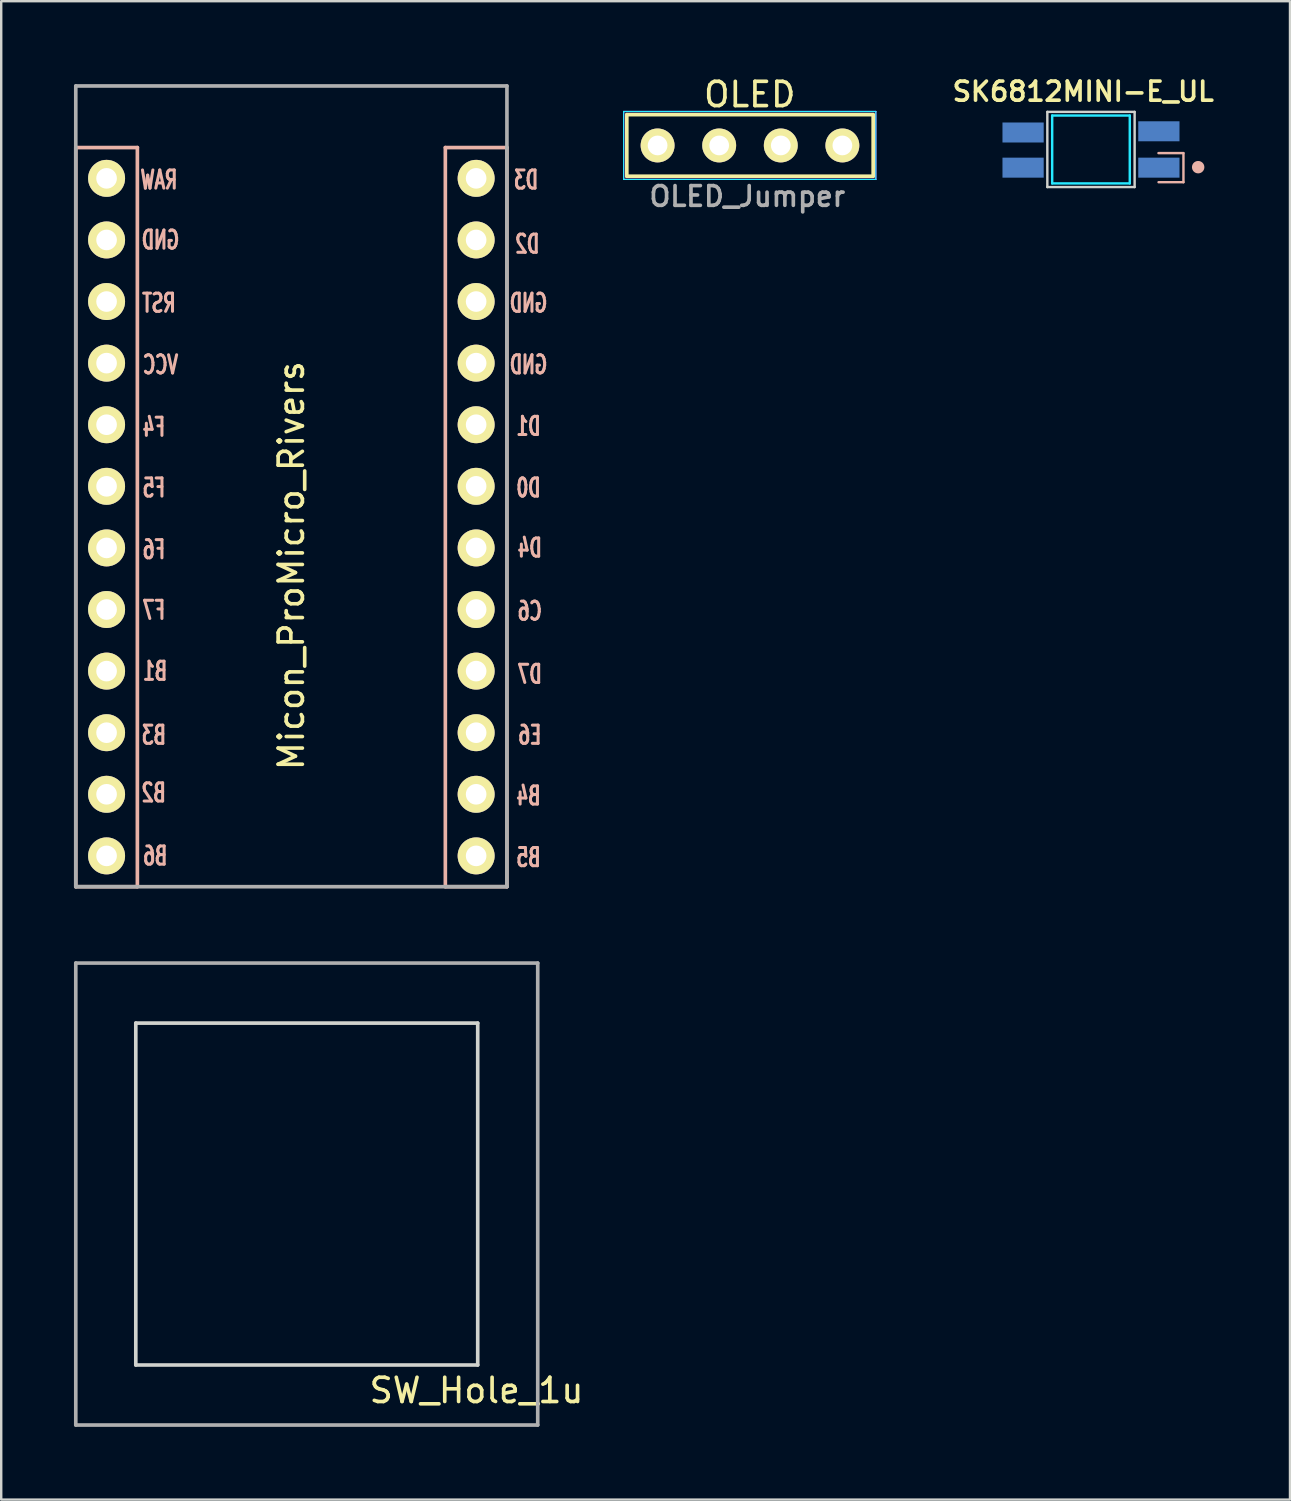
<source format=kicad_pcb>
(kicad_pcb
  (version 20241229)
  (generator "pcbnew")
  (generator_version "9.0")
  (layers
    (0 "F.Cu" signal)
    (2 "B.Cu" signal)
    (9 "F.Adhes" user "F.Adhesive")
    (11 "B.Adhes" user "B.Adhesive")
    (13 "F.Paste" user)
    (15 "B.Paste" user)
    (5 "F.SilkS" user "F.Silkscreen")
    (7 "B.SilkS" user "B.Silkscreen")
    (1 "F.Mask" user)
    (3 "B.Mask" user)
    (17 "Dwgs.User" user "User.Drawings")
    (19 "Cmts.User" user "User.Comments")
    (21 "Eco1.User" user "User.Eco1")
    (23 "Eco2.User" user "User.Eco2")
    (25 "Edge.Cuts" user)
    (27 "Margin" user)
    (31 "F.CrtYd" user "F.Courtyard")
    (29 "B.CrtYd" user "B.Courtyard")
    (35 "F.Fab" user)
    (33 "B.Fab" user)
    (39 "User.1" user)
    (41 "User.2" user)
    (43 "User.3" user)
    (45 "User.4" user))
  (footprint "SW_Hole_1u"
    (layer "F.Cu")
    (at 9.6 46.19)
    (property "Reference" "SW_Hole_1u" (at 7 8.1 0) (layer "F.SilkS") (effects (font (size 1 1) (thickness 0.15))))
    (attr through_hole)
    (fp_line (start -7.05 -7.05) (end 7.05 -7.05) (stroke (width 0.15) (type solid)) (layer "Edge.Cuts"))
    (fp_line (start -7.05 7.05) (end -7.05 -7.05) (stroke (width 0.15) (type solid)) (layer "Edge.Cuts"))
    (fp_line (start 7.05 -7.05) (end 7.05 7.05) (stroke (width 0.15) (type solid)) (layer "Edge.Cuts"))
    (fp_line (start 7.05 7.05) (end -7.05 7.05) (stroke (width 0.15) (type solid)) (layer "Edge.Cuts"))
    (fp_line (start -9.525 -9.525) (end -9.525 9.525) (stroke (width 0.15) (type solid)) (layer "F.Fab"))
    (fp_line (start -9.525 9.525) (end 9.525 9.525) (stroke (width 0.15) (type solid)) (layer "F.Fab"))
    (fp_line (start 9.525 -9.525) (end -9.525 -9.525) (stroke (width 0.15) (type solid)) (layer "F.Fab"))
    (fp_line (start 9.525 9.525) (end 9.525 -9.525) (stroke (width 0.15) (type solid)) (layer "F.Fab")))
  (footprint "SK6812MINI-E_UL"
    (layer "F.Cu")
    (at 41.94 3.114)
    (property "Reference" "SK6812MINI-E_UL" (at -0.32 -2.39 0) (layer "F.SilkS") (effects (font (size 0.787 0.787) (thickness 0.15))))
    (attr smd)
    (fp_line (start 2.787 1.35) (end 3.813 1.35) (stroke (width 0.1) (type solid)) (layer "B.SilkS"))
    (fp_line (start 3.81 0.15) (end 2.783 0.15) (stroke (width 0.1) (type solid)) (layer "B.SilkS"))
    (fp_line (start 3.813 1.35) (end 3.813 0.15) (stroke (width 0.1) (type solid)) (layer "B.SilkS"))
    (fp_circle (center 4.42 0.73) (end 4.626 0.73) (stroke (width 0.1) (type solid)) (fill yes) (layer "B.SilkS"))
    (fp_line (start -1.8 -1.55) (end -1.8 1.55) (stroke (width 0.1) (type solid)) (layer "Edge.Cuts"))
    (fp_line (start -1.8 -1.55) (end 1.8 -1.55) (stroke (width 0.1) (type solid)) (layer "Edge.Cuts"))
    (fp_line (start -1.8 1.55) (end 1.8 1.55) (stroke (width 0.1) (type solid)) (layer "Edge.Cuts"))
    (fp_line (start 1.8 -1.55) (end 1.8 1.55) (stroke (width 0.1) (type solid)) (layer "Edge.Cuts"))
    (fp_line (start -1.6 -1.4) (end -1.6 1.4) (stroke (width 0.1) (type solid)) (layer "B.CrtYd"))
    (fp_line (start -1.6 -1.4) (end 1.6 -1.4) (stroke (width 0.1) (type solid)) (layer "B.CrtYd"))
    (fp_line (start -1.6 1.4) (end 1.6 1.4) (stroke (width 0.1) (type solid)) (layer "B.CrtYd"))
    (fp_line (start 1.6 -1.4) (end 1.6 1.4) (stroke (width 0.1) (type solid)) (layer "B.CrtYd"))
    (pad "1" smd rect (at -2.8 -0.7) (size 1.7 0.825) (layers "B.Cu" "B.Mask" "B.Paste"))
    (pad "2" smd rect (at -2.8 0.75) (size 1.7 0.825) (layers "B.Cu" "B.Mask" "B.Paste"))
    (pad "3" smd rect (at 2.8 0.75) (size 1.7 0.825) (layers "B.Cu" "B.Mask" "B.Paste"))
    (pad "4" smd rect (at 2.8 -0.75) (size 1.7 0.825) (layers "B.Cu" "B.Mask" "B.Paste")))
  (footprint "OLED_Jumper"
    (layer "F.Cu")
    (at 24.068 2.948)
    (property "Reference" "OLED_Jumper" (at 3.7 2.1 180) (layer "F.Fab") (effects (font (size 0.813 0.813) (thickness 0.15))))
    (attr through_hole)
    (fp_line (start -1.27 -1.27) (end 8.89 -1.27) (stroke (width 0.15) (type solid)) (layer "F.SilkS"))
    (fp_line (start -1.27 1.27) (end -1.27 -1.27) (stroke (width 0.15) (type solid)) (layer "F.SilkS"))
    (fp_line (start -1.27 1.27) (end 8.89 1.27) (stroke (width 0.15) (type solid)) (layer "F.SilkS"))
    (fp_line (start 8.89 -1.27) (end 8.89 1.27) (stroke (width 0.15) (type solid)) (layer "F.SilkS"))
    (fp_line (start -1.4 -1.4) (end 9 -1.4) (stroke (width 0.05) (type default)) (layer "B.CrtYd"))
    (fp_line (start -1.4 1.4) (end -1.4 -1.4) (stroke (width 0.05) (type default)) (layer "B.CrtYd"))
    (fp_line (start 9 -1.4) (end 9 1.4) (stroke (width 0.05) (type default)) (layer "B.CrtYd"))
    (fp_line (start 9 1.4) (end -1.4 1.4) (stroke (width 0.05) (type default)) (layer "B.CrtYd"))
    (fp_line (start -1.4 -1.4) (end 9 -1.4) (stroke (width 0.05) (type default)) (layer "F.CrtYd"))
    (fp_line (start -1.4 1.4) (end -1.4 -1.4) (stroke (width 0.05) (type default)) (layer "F.CrtYd"))
    (fp_line (start 9 -1.4) (end 9 1.4) (stroke (width 0.05) (type default)) (layer "F.CrtYd"))
    (fp_line (start 9 1.4) (end -1.4 1.4) (stroke (width 0.05) (type default)) (layer "F.CrtYd"))
    (fp_text user "OLED" (at 3.8 -2.1 0) (layer "F.SilkS") (effects (font (size 1 1) (thickness 0.15))))
    (pad "1" thru_hole circle (at 0 0) (size 1.397 1.397) (drill 0.813) (layers "*.Cu" "*.Mask" "F.SilkS"))
    (pad "2" thru_hole circle (at 2.54 0) (size 1.397 1.397) (drill 0.813) (layers "*.Cu" "*.Mask" "F.SilkS"))
    (pad "3" thru_hole circle (at 5.08 0) (size 1.397 1.397) (drill 0.813) (layers "*.Cu" "*.Mask" "F.SilkS"))
    (pad "4" thru_hole circle (at 7.62 0) (size 1.397 1.397) (drill 0.813) (layers "*.Cu" "*.Mask" "F.SilkS")))
  (footprint "Micon_ProMicro_Rivers"
    (layer "F.Cu")
    (at 10.295 17.513)
    (property "Reference" "Micon_ProMicro_Rivers" (at -1.33 2.762 270) (layer "F.SilkS") (effects (font (size 1 1) (thickness 0.15))))
    (attr through_hole)
    (fp_line (start -10.22 -14.478) (end -10.22 16.002) (stroke (width 0.15) (type solid)) (layer "B.SilkS"))
    (fp_line (start -10.22 16.002) (end -7.68 16.002) (stroke (width 0.15) (type solid)) (layer "B.SilkS"))
    (fp_line (start -7.68 -14.478) (end -10.22 -14.478) (stroke (width 0.15) (type solid)) (layer "B.SilkS"))
    (fp_line (start -7.68 16.002) (end -7.68 -14.478) (stroke (width 0.15) (type solid)) (layer "B.SilkS"))
    (fp_line (start 5.02 -14.478) (end 5.02 16.002) (stroke (width 0.15) (type solid)) (layer "B.SilkS"))
    (fp_line (start 5.02 16.002) (end 7.56 16.002) (stroke (width 0.15) (type solid)) (layer "B.SilkS"))
    (fp_line (start 7.56 -14.478) (end 5.02 -14.478) (stroke (width 0.15) (type solid)) (layer "B.SilkS"))
    (fp_line (start 7.56 16.002) (end 7.56 -14.478) (stroke (width 0.15) (type solid)) (layer "B.SilkS"))
    (fp_line (start -10.22 -17.018) (end -10.22 16.002) (stroke (width 0.15) (type solid)) (layer "F.Fab"))
    (fp_line (start -10.22 16.002) (end 7.56 16.002) (stroke (width 0.15) (type solid)) (layer "F.Fab"))
    (fp_line (start 7.56 -17.018) (end -10.22 -17.018) (stroke (width 0.15) (type solid)) (layer "F.Fab"))
    (fp_line (start 7.56 16.002) (end 7.56 -17.018) (stroke (width 0.15) (type solid)) (layer "F.Fab"))
    (fp_text user "" (at -2.1 -17.25 0) (layer "F.SilkS") (effects (font (size 1 1) (thickness 0.15))))
    (fp_text user "D1" (at 8.449 -2.985 0) (layer "B.SilkS") (effects (font (size 0.75 0.5) (thickness 0.125)) (justify mirror)))
    (fp_text user "GND" (at -6.728 -10.668 0) (layer "B.SilkS") (effects (font (size 0.75 0.5) (thickness 0.125)) (justify mirror)))
    (fp_text user "D3" (at 8.349 -13.145 0) (layer "B.SilkS") (effects (font (size 0.75 0.5) (thickness 0.125)) (justify mirror)))
    (fp_text user "D4" (at 8.5 2.032 0) (layer "B.SilkS") (effects (font (size 0.75 0.5) (thickness 0.125)) (justify mirror)))
    (fp_text user "F6" (at -7 2.1 0) (layer "B.SilkS") (effects (font (size 0.75 0.5) (thickness 0.125)) (justify mirror)))
    (fp_text user "F4" (at -7 -2.95 0) (layer "B.SilkS") (effects (font (size 0.75 0.5) (thickness 0.125)) (justify mirror)))
    (fp_text user "B1" (at -6.95 7.112 0) (layer "B.SilkS") (effects (font (size 0.75 0.5) (thickness 0.125)) (justify mirror)))
    (fp_text user "D2" (at 8.4 -10.5 0) (layer "B.SilkS") (effects (font (size 0.75 0.5) (thickness 0.125)) (justify mirror)))
    (fp_text user "F7" (at -7 4.6 0) (layer "B.SilkS") (effects (font (size 0.75 0.5) (thickness 0.125)) (justify mirror)))
    (fp_text user "VCC" (at -6.728 -5.524 0) (layer "B.SilkS") (effects (font (size 0.75 0.5) (thickness 0.125)) (justify mirror)))
    (fp_text user "F5" (at -7 -0.445 0) (layer "B.SilkS") (effects (font (size 0.75 0.5) (thickness 0.125)) (justify mirror)))
    (fp_text user "B3" (at -7 9.75 0) (layer "B.SilkS") (effects (font (size 0.75 0.5) (thickness 0.125)) (justify mirror)))
    (fp_text user "RAW" (at -6.791 -13.145 0) (layer "B.SilkS") (effects (font (size 0.75 0.5) (thickness 0.125)) (justify mirror)))
    (fp_text user "B5" (at 8.449 14.796 0) (layer "B.SilkS") (effects (font (size 0.75 0.5) (thickness 0.125)) (justify mirror)))
    (fp_text user "GND" (at 8.449 -8.065 0) (layer "B.SilkS") (effects (font (size 0.75 0.5) (thickness 0.125)) (justify mirror)))
    (fp_text user "B4" (at 8.449 12.255 0) (layer "B.SilkS") (effects (font (size 0.75 0.5) (thickness 0.125)) (justify mirror)))
    (fp_text user "D7" (at 8.5 7.239 0) (layer "B.SilkS") (effects (font (size 0.75 0.5) (thickness 0.125)) (justify mirror)))
    (fp_text user "E6" (at 8.5 9.75 0) (layer "B.SilkS") (effects (font (size 0.75 0.5) (thickness 0.125)) (justify mirror)))
    (fp_text user "C6" (at 8.5 4.636 0) (layer "B.SilkS") (effects (font (size 0.75 0.5) (thickness 0.125)) (justify mirror)))
    (fp_text user "" (at -1.393 -16.256 0) (layer "B.SilkS") (effects (font (size 1 1) (thickness 0.15)) (justify mirror)))
    (fp_text user "D0" (at 8.449 -0.445 0) (layer "B.SilkS") (effects (font (size 0.75 0.5) (thickness 0.125)) (justify mirror)))
    (fp_text user "GND" (at 8.449 -5.524 0) (layer "B.SilkS") (effects (font (size 0.75 0.5) (thickness 0.125)) (justify mirror)))
    (fp_text user "B2" (at -7.008 12.129 0) (layer "B.SilkS") (effects (font (size 0.75 0.5) (thickness 0.125)) (justify mirror)))
    (fp_text user "B6" (at -6.945 14.732 0) (layer "B.SilkS") (effects (font (size 0.75 0.5) (thickness 0.125)) (justify mirror)))
    (fp_text user "RST" (at -6.791 -8.065 0) (layer "B.SilkS") (effects (font (size 0.75 0.5) (thickness 0.125)) (justify mirror)))
    (pad "1" thru_hole circle (at 6.29 -13.208) (size 1.524 1.524) (drill 0.85) (layers "*.Cu" "*.Mask" "F.SilkS"))
    (pad "2" thru_hole circle (at 6.29 -10.668) (size 1.524 1.524) (drill 0.85) (layers "*.Cu" "*.Mask" "F.SilkS"))
    (pad "3" thru_hole circle (at 6.29 -8.128) (size 1.524 1.524) (drill 0.85) (layers "*.Cu" "*.Mask" "F.SilkS"))
    (pad "4" thru_hole circle (at 6.29 -5.588) (size 1.524 1.524) (drill 0.85) (layers "*.Cu" "*.Mask" "F.SilkS"))
    (pad "5" thru_hole circle (at 6.29 -3.048) (size 1.524 1.524) (drill 0.85) (layers "*.Cu" "*.Mask" "F.SilkS"))
    (pad "6" thru_hole circle (at 6.29 -0.508) (size 1.524 1.524) (drill 0.85) (layers "*.Cu" "*.Mask" "F.SilkS"))
    (pad "7" thru_hole circle (at 6.29 2.032) (size 1.524 1.524) (drill 0.85) (layers "*.Cu" "*.Mask" "F.SilkS"))
    (pad "8" thru_hole circle (at 6.29 4.572) (size 1.524 1.524) (drill 0.85) (layers "*.Cu" "*.Mask" "F.SilkS"))
    (pad "9" thru_hole circle (at 6.29 7.112) (size 1.524 1.524) (drill 0.85) (layers "*.Cu" "*.Mask" "F.SilkS"))
    (pad "10" thru_hole circle (at 6.29 9.652) (size 1.524 1.524) (drill 0.85) (layers "*.Cu" "*.Mask" "F.SilkS"))
    (pad "11" thru_hole circle (at 6.29 12.192) (size 1.524 1.524) (drill 0.85) (layers "*.Cu" "*.Mask" "F.SilkS"))
    (pad "12" thru_hole circle (at 6.29 14.732) (size 1.524 1.524) (drill 0.85) (layers "*.Cu" "*.Mask" "F.SilkS"))
    (pad "13" thru_hole circle (at -8.95 14.732) (size 1.524 1.524) (drill 0.85) (layers "*.Cu" "*.Mask" "F.SilkS"))
    (pad "14" thru_hole circle (at -8.95 12.192) (size 1.524 1.524) (drill 0.85) (layers "*.Cu" "*.Mask" "F.SilkS"))
    (pad "15" thru_hole circle (at -8.95 9.652) (size 1.524 1.524) (drill 0.85) (layers "*.Cu" "*.Mask" "F.SilkS"))
    (pad "16" thru_hole circle (at -8.95 7.112) (size 1.524 1.524) (drill 0.85) (layers "*.Cu" "*.Mask" "F.SilkS"))
    (pad "17" thru_hole circle (at -8.95 4.572) (size 1.524 1.524) (drill 0.85) (layers "*.Cu" "*.Mask" "F.SilkS"))
    (pad "18" thru_hole circle (at -8.95 2.032) (size 1.524 1.524) (drill 0.85) (layers "*.Cu" "*.Mask" "F.SilkS"))
    (pad "19" thru_hole circle (at -8.95 -0.508) (size 1.524 1.524) (drill 0.85) (layers "*.Cu" "*.Mask" "F.SilkS"))
    (pad "20" thru_hole circle (at -8.95 -3.048) (size 1.524 1.524) (drill 0.85) (layers "*.Cu" "*.Mask" "F.SilkS"))
    (pad "21" thru_hole circle (at -8.95 -5.588) (size 1.524 1.524) (drill 0.85) (layers "*.Cu" "*.Mask" "F.SilkS"))
    (pad "22" thru_hole circle (at -8.95 -8.128) (size 1.524 1.524) (drill 0.85) (layers "*.Cu" "*.Mask" "F.SilkS"))
    (pad "23" thru_hole circle (at -8.95 -10.668) (size 1.524 1.524) (drill 0.85) (layers "*.Cu" "*.Mask" "F.SilkS"))
    (pad "24" thru_hole circle (at -8.95 -13.208) (size 1.524 1.524) (drill 0.85) (layers "*.Cu" "*.Mask" "F.SilkS")))
  (gr_rect
    (start -3 -3)
    (end 50.147 58.79)
    (stroke (width 0.1) (type default))
    (fill no)
    (layer "Edge.Cuts")))
</source>
